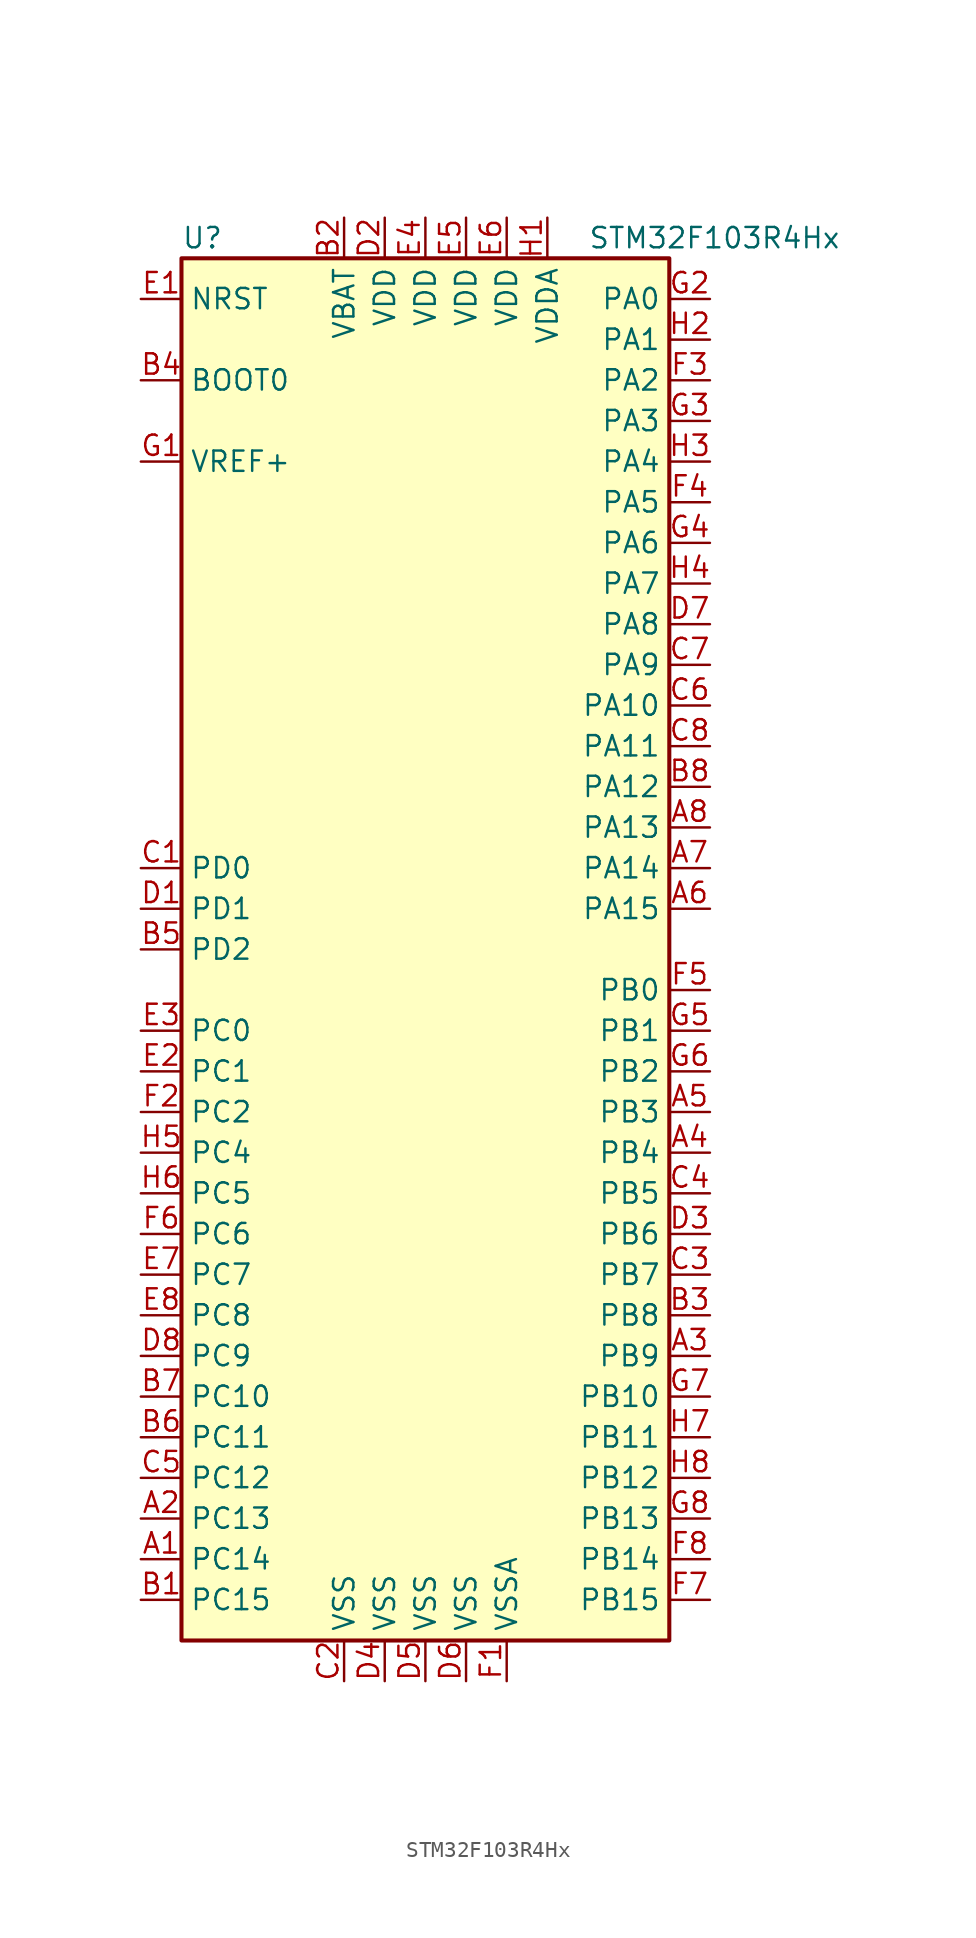
<source format=kicad_sym>
(kicad_symbol_lib
  (version 20211014)
  (generator kicad_symbol_editor)
  (symbol "STM32F103R4Hx"
    (property "Reference" "U"
      (at -15.24 44.45 0)
      (effects (font (size 1.27 1.27)) (justify left)))
    (property "Value" "STM32F103R4Hx"
      (at 10.16 44.45 0)
      (effects (font (size 1.27 1.27)) (justify left)))
    (symbol "STM32F103R4Hx_0_1"
      (rectangle (start -15.24 -43.18) (end 15.24 43.18) (stroke (width 0.254) (type default) (color 0 0 0 0)) (fill (type background))))
    (symbol "STM32F103R4Hx_1_1"
      (pin bidirectional line (at -17.78 -38.1 0) (length 2.54) (name "PC14" (effects (font (size 1.27 1.27)))) (number "A1" (effects (font (size 1.27 1.27)))))
      (pin bidirectional line (at -17.78 -35.56 0) (length 2.54) (name "PC13" (effects (font (size 1.27 1.27)))) (number "A2" (effects (font (size 1.27 1.27)))))
      (pin bidirectional line (at 17.78 -25.4 180) (length 2.54) (name "PB9" (effects (font (size 1.27 1.27)))) (number "A3" (effects (font (size 1.27 1.27)))))
      (pin bidirectional line (at 17.78 -12.7 180) (length 2.54) (name "PB4" (effects (font (size 1.27 1.27)))) (number "A4" (effects (font (size 1.27 1.27)))))
      (pin bidirectional line (at 17.78 -10.16 180) (length 2.54) (name "PB3" (effects (font (size 1.27 1.27)))) (number "A5" (effects (font (size 1.27 1.27)))))
      (pin bidirectional line (at 17.78 2.54 180) (length 2.54) (name "PA15" (effects (font (size 1.27 1.27)))) (number "A6" (effects (font (size 1.27 1.27)))))
      (pin bidirectional line (at 17.78 5.08 180) (length 2.54) (name "PA14" (effects (font (size 1.27 1.27)))) (number "A7" (effects (font (size 1.27 1.27)))))
      (pin bidirectional line (at 17.78 7.62 180) (length 2.54) (name "PA13" (effects (font (size 1.27 1.27)))) (number "A8" (effects (font (size 1.27 1.27)))))
      (pin bidirectional line (at -17.78 -40.64 0) (length 2.54) (name "PC15" (effects (font (size 1.27 1.27)))) (number "B1" (effects (font (size 1.27 1.27)))))
      (pin power_in line (at -5.08 45.72 270) (length 2.54) (name "VBAT" (effects (font (size 1.27 1.27)))) (number "B2" (effects (font (size 1.27 1.27)))))
      (pin bidirectional line (at 17.78 -22.86 180) (length 2.54) (name "PB8" (effects (font (size 1.27 1.27)))) (number "B3" (effects (font (size 1.27 1.27)))))
      (pin input line (at -17.78 35.56 0) (length 2.54) (name "BOOT0" (effects (font (size 1.27 1.27)))) (number "B4" (effects (font (size 1.27 1.27)))))
      (pin bidirectional line (at -17.78 0 0) (length 2.54) (name "PD2" (effects (font (size 1.27 1.27)))) (number "B5" (effects (font (size 1.27 1.27)))))
      (pin bidirectional line (at -17.78 -30.48 0) (length 2.54) (name "PC11" (effects (font (size 1.27 1.27)))) (number "B6" (effects (font (size 1.27 1.27)))))
      (pin bidirectional line (at -17.78 -27.94 0) (length 2.54) (name "PC10" (effects (font (size 1.27 1.27)))) (number "B7" (effects (font (size 1.27 1.27)))))
      (pin bidirectional line (at 17.78 10.16 180) (length 2.54) (name "PA12" (effects (font (size 1.27 1.27)))) (number "B8" (effects (font (size 1.27 1.27)))))
      (pin input line (at -17.78 5.08 0) (length 2.54) (name "PD0" (effects (font (size 1.27 1.27)))) (number "C1" (effects (font (size 1.27 1.27)))))
      (pin power_in line (at -5.08 -45.72 90) (length 2.54) (name "VSS" (effects (font (size 1.27 1.27)))) (number "C2" (effects (font (size 1.27 1.27)))))
      (pin bidirectional line (at 17.78 -20.32 180) (length 2.54) (name "PB7" (effects (font (size 1.27 1.27)))) (number "C3" (effects (font (size 1.27 1.27)))))
      (pin bidirectional line (at 17.78 -15.24 180) (length 2.54) (name "PB5" (effects (font (size 1.27 1.27)))) (number "C4" (effects (font (size 1.27 1.27)))))
      (pin bidirectional line (at -17.78 -33.02 0) (length 2.54) (name "PC12" (effects (font (size 1.27 1.27)))) (number "C5" (effects (font (size 1.27 1.27)))))
      (pin bidirectional line (at 17.78 15.24 180) (length 2.54) (name "PA10" (effects (font (size 1.27 1.27)))) (number "C6" (effects (font (size 1.27 1.27)))))
      (pin bidirectional line (at 17.78 17.78 180) (length 2.54) (name "PA9" (effects (font (size 1.27 1.27)))) (number "C7" (effects (font (size 1.27 1.27)))))
      (pin bidirectional line (at 17.78 12.7 180) (length 2.54) (name "PA11" (effects (font (size 1.27 1.27)))) (number "C8" (effects (font (size 1.27 1.27)))))
      (pin input line (at -17.78 2.54 0) (length 2.54) (name "PD1" (effects (font (size 1.27 1.27)))) (number "D1" (effects (font (size 1.27 1.27)))))
      (pin power_in line (at -2.54 45.72 270) (length 2.54) (name "VDD" (effects (font (size 1.27 1.27)))) (number "D2" (effects (font (size 1.27 1.27)))))
      (pin bidirectional line (at 17.78 -17.78 180) (length 2.54) (name "PB6" (effects (font (size 1.27 1.27)))) (number "D3" (effects (font (size 1.27 1.27)))))
      (pin power_in line (at -2.54 -45.72 90) (length 2.54) (name "VSS" (effects (font (size 1.27 1.27)))) (number "D4" (effects (font (size 1.27 1.27)))))
      (pin power_in line (at 0 -45.72 90) (length 2.54) (name "VSS" (effects (font (size 1.27 1.27)))) (number "D5" (effects (font (size 1.27 1.27)))))
      (pin power_in line (at 2.54 -45.72 90) (length 2.54) (name "VSS" (effects (font (size 1.27 1.27)))) (number "D6" (effects (font (size 1.27 1.27)))))
      (pin bidirectional line (at 17.78 20.32 180) (length 2.54) (name "PA8" (effects (font (size 1.27 1.27)))) (number "D7" (effects (font (size 1.27 1.27)))))
      (pin bidirectional line (at -17.78 -25.4 0) (length 2.54) (name "PC9" (effects (font (size 1.27 1.27)))) (number "D8" (effects (font (size 1.27 1.27)))))
      (pin input line (at -17.78 40.64 0) (length 2.54) (name "NRST" (effects (font (size 1.27 1.27)))) (number "E1" (effects (font (size 1.27 1.27)))))
      (pin bidirectional line (at -17.78 -7.62 0) (length 2.54) (name "PC1" (effects (font (size 1.27 1.27)))) (number "E2" (effects (font (size 1.27 1.27)))))
      (pin bidirectional line (at -17.78 -5.08 0) (length 2.54) (name "PC0" (effects (font (size 1.27 1.27)))) (number "E3" (effects (font (size 1.27 1.27)))))
      (pin power_in line (at 0 45.72 270) (length 2.54) (name "VDD" (effects (font (size 1.27 1.27)))) (number "E4" (effects (font (size 1.27 1.27)))))
      (pin power_in line (at 2.54 45.72 270) (length 2.54) (name "VDD" (effects (font (size 1.27 1.27)))) (number "E5" (effects (font (size 1.27 1.27)))))
      (pin power_in line (at 5.08 45.72 270) (length 2.54) (name "VDD" (effects (font (size 1.27 1.27)))) (number "E6" (effects (font (size 1.27 1.27)))))
      (pin bidirectional line (at -17.78 -20.32 0) (length 2.54) (name "PC7" (effects (font (size 1.27 1.27)))) (number "E7" (effects (font (size 1.27 1.27)))))
      (pin bidirectional line (at -17.78 -22.86 0) (length 2.54) (name "PC8" (effects (font (size 1.27 1.27)))) (number "E8" (effects (font (size 1.27 1.27)))))
      (pin power_in line (at 5.08 -45.72 90) (length 2.54) (name "VSSA" (effects (font (size 1.27 1.27)))) (number "F1" (effects (font (size 1.27 1.27)))))
      (pin bidirectional line (at -17.78 -10.16 0) (length 2.54) (name "PC2" (effects (font (size 1.27 1.27)))) (number "F2" (effects (font (size 1.27 1.27)))))
      (pin bidirectional line (at 17.78 35.56 180) (length 2.54) (name "PA2" (effects (font (size 1.27 1.27)))) (number "F3" (effects (font (size 1.27 1.27)))))
      (pin bidirectional line (at 17.78 27.94 180) (length 2.54) (name "PA5" (effects (font (size 1.27 1.27)))) (number "F4" (effects (font (size 1.27 1.27)))))
      (pin bidirectional line (at 17.78 -2.54 180) (length 2.54) (name "PB0" (effects (font (size 1.27 1.27)))) (number "F5" (effects (font (size 1.27 1.27)))))
      (pin bidirectional line (at -17.78 -17.78 0) (length 2.54) (name "PC6" (effects (font (size 1.27 1.27)))) (number "F6" (effects (font (size 1.27 1.27)))))
      (pin bidirectional line (at 17.78 -40.64 180) (length 2.54) (name "PB15" (effects (font (size 1.27 1.27)))) (number "F7" (effects (font (size 1.27 1.27)))))
      (pin bidirectional line (at 17.78 -38.1 180) (length 2.54) (name "PB14" (effects (font (size 1.27 1.27)))) (number "F8" (effects (font (size 1.27 1.27)))))
      (pin power_in line (at -17.78 30.48 0) (length 2.54) (name "VREF+" (effects (font (size 1.27 1.27)))) (number "G1" (effects (font (size 1.27 1.27)))))
      (pin bidirectional line (at 17.78 40.64 180) (length 2.54) (name "PA0" (effects (font (size 1.27 1.27)))) (number "G2" (effects (font (size 1.27 1.27)))))
      (pin bidirectional line (at 17.78 33.02 180) (length 2.54) (name "PA3" (effects (font (size 1.27 1.27)))) (number "G3" (effects (font (size 1.27 1.27)))))
      (pin bidirectional line (at 17.78 25.4 180) (length 2.54) (name "PA6" (effects (font (size 1.27 1.27)))) (number "G4" (effects (font (size 1.27 1.27)))))
      (pin bidirectional line (at 17.78 -5.08 180) (length 2.54) (name "PB1" (effects (font (size 1.27 1.27)))) (number "G5" (effects (font (size 1.27 1.27)))))
      (pin bidirectional line (at 17.78 -7.62 180) (length 2.54) (name "PB2" (effects (font (size 1.27 1.27)))) (number "G6" (effects (font (size 1.27 1.27)))))
      (pin bidirectional line (at 17.78 -27.94 180) (length 2.54) (name "PB10" (effects (font (size 1.27 1.27)))) (number "G7" (effects (font (size 1.27 1.27)))))
      (pin bidirectional line (at 17.78 -35.56 180) (length 2.54) (name "PB13" (effects (font (size 1.27 1.27)))) (number "G8" (effects (font (size 1.27 1.27)))))
      (pin power_in line (at 7.62 45.72 270) (length 2.54) (name "VDDA" (effects (font (size 1.27 1.27)))) (number "H1" (effects (font (size 1.27 1.27)))))
      (pin bidirectional line (at 17.78 38.1 180) (length 2.54) (name "PA1" (effects (font (size 1.27 1.27)))) (number "H2" (effects (font (size 1.27 1.27)))))
      (pin bidirectional line (at 17.78 30.48 180) (length 2.54) (name "PA4" (effects (font (size 1.27 1.27)))) (number "H3" (effects (font (size 1.27 1.27)))))
      (pin bidirectional line (at 17.78 22.86 180) (length 2.54) (name "PA7" (effects (font (size 1.27 1.27)))) (number "H4" (effects (font (size 1.27 1.27)))))
      (pin bidirectional line (at -17.78 -12.7 0) (length 2.54) (name "PC4" (effects (font (size 1.27 1.27)))) (number "H5" (effects (font (size 1.27 1.27)))))
      (pin bidirectional line (at -17.78 -15.24 0) (length 2.54) (name "PC5" (effects (font (size 1.27 1.27)))) (number "H6" (effects (font (size 1.27 1.27)))))
      (pin bidirectional line (at 17.78 -30.48 180) (length 2.54) (name "PB11" (effects (font (size 1.27 1.27)))) (number "H7" (effects (font (size 1.27 1.27)))))
      (pin bidirectional line (at 17.78 -33.02 180) (length 2.54) (name "PB12" (effects (font (size 1.27 1.27)))) (number "H8" (effects (font (size 1.27 1.27))))))))
</source>
